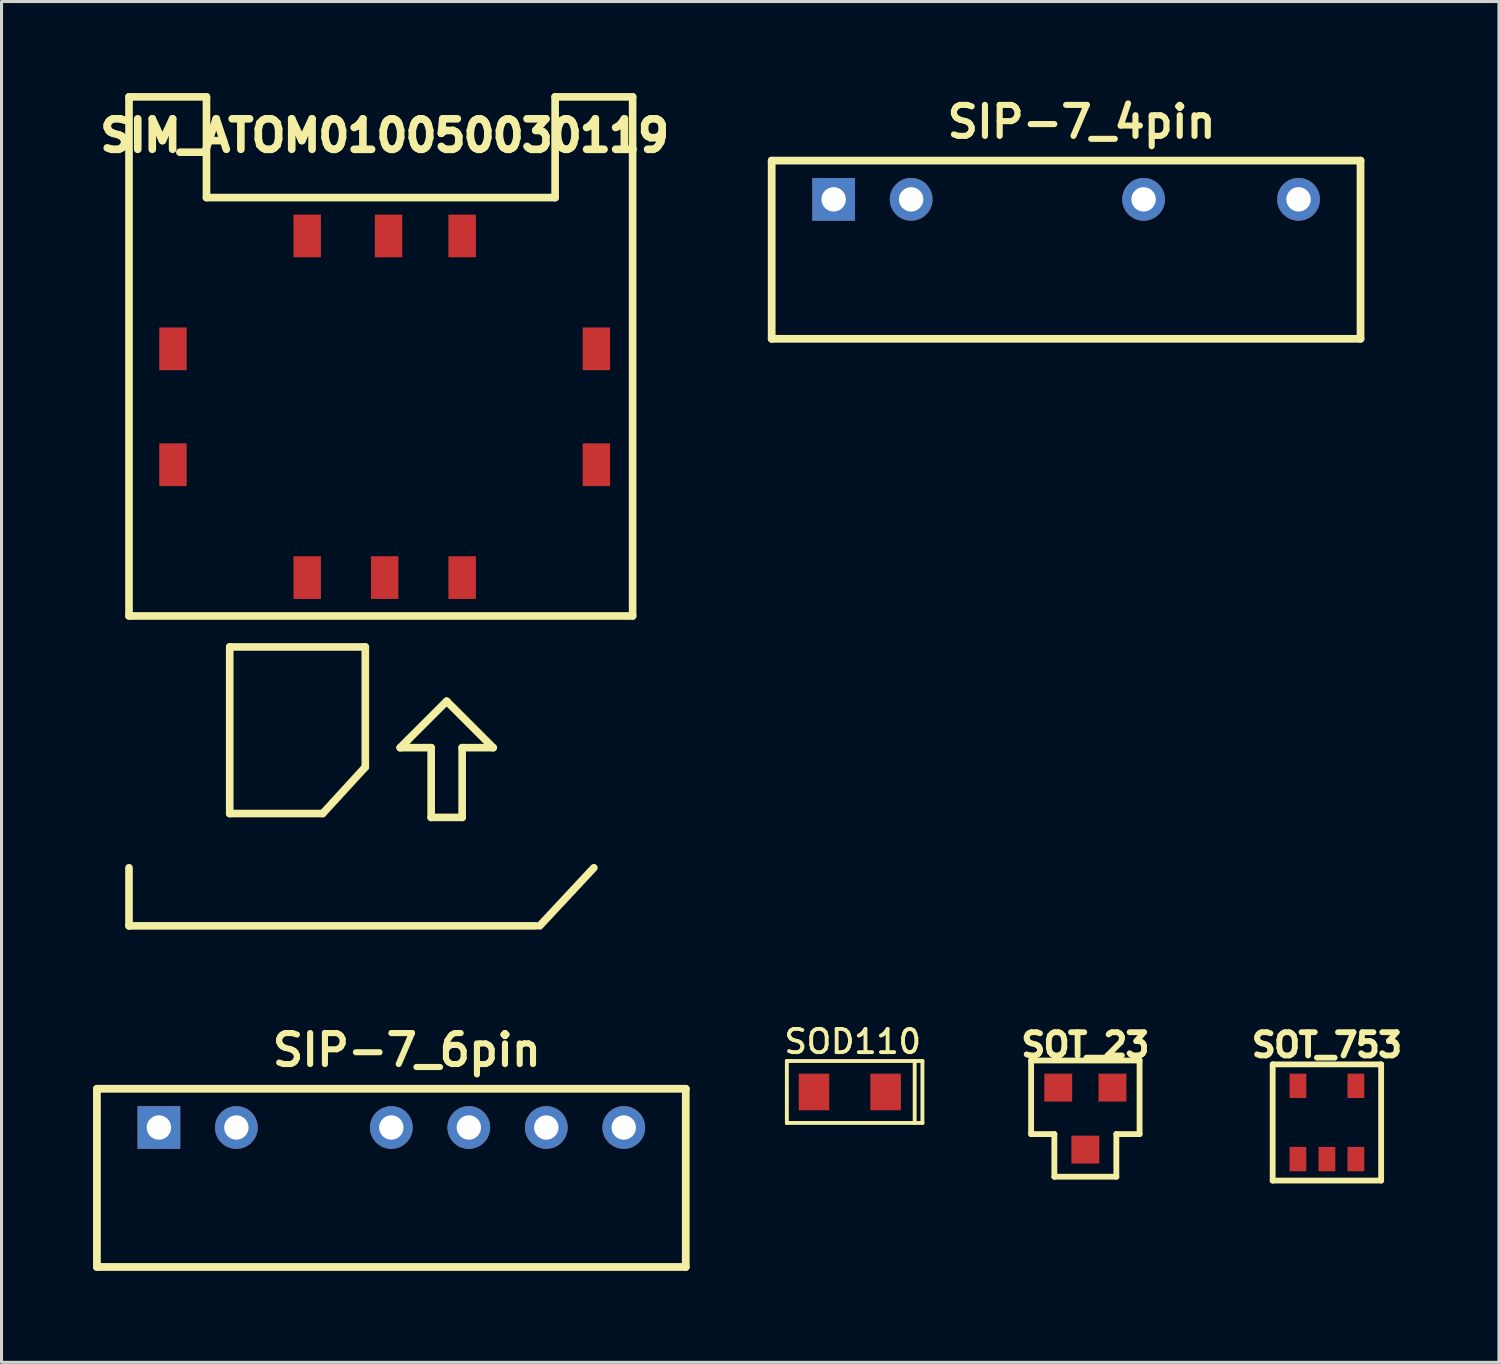
<source format=kicad_pcb>
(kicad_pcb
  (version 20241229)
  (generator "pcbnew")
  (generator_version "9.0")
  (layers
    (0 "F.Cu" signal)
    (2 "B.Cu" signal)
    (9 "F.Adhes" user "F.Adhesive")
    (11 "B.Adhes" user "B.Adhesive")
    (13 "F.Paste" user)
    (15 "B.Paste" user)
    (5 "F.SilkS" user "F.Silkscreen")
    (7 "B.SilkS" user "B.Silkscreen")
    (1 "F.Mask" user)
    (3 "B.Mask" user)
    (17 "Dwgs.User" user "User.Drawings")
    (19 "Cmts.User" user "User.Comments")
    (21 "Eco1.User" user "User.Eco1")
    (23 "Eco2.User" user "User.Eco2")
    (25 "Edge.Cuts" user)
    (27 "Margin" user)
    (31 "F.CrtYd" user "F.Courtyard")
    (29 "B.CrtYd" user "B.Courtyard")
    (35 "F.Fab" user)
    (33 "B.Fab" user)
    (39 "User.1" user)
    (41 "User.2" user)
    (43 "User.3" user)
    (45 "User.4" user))
  (footprint "SIP-7_4pin"
    (layer "F.Cu")
    (at 24.28 3.485)
    (property "Reference" "SIP-7_4pin" (at 8.128 -2.54 0) (layer "F.SilkS") (effects (font (size 1.016 1.016) (thickness 0.2) (bold yes))))
    (attr through_hole)
    (fp_line (start -2.032 -1.27) (end -2.032 4.572) (stroke (width 0.254) (type solid)) (layer "F.SilkS"))
    (fp_line (start -2.032 -1.27) (end 17.272 -1.27) (stroke (width 0.254) (type solid)) (layer "F.SilkS"))
    (fp_line (start -2.032 4.572) (end 17.272 4.572) (stroke (width 0.254) (type solid)) (layer "F.SilkS"))
    (fp_line (start 17.272 -1.27) (end 17.272 4.572) (stroke (width 0.254) (type solid)) (layer "F.SilkS"))
    (pad "1" thru_hole rect (at 0 0) (size 1.4 1.4) (drill oval 0.8) (layers "*.Cu" "*.Mask"))
    (pad "2" thru_hole circle (at 2.54 0) (size 1.4 1.4) (drill 0.8) (layers "*.Cu" "*.Mask"))
    (pad "5" thru_hole circle (at 10.16 0) (size 1.4 1.4) (drill 0.8) (layers "*.Cu" "*.Mask"))
    (pad "7" thru_hole circle (at 15.24 0) (size 1.4 1.4) (drill 0.8) (layers "*.Cu" "*.Mask")))
  (footprint "SOT_23"
    (layer "F.Cu")
    (at 32.531 33.621)
    (property "Reference" "SOT_23" (at 0 -2.413 0) (layer "F.SilkS") (effects (font (size 0.762 0.762) (thickness 0.191))))
    (attr smd)
    (fp_line (start -1.778 -1.905) (end 1.778 -1.905) (stroke (width 0.191) (type solid)) (layer "F.SilkS"))
    (fp_line (start -1.778 0.508) (end -1.778 -1.905) (stroke (width 0.191) (type solid)) (layer "F.SilkS"))
    (fp_line (start -1.778 0.508) (end -1.016 0.508) (stroke (width 0.191) (type solid)) (layer "F.SilkS"))
    (fp_line (start -1.016 0.508) (end -1.016 1.905) (stroke (width 0.191) (type solid)) (layer "F.SilkS"))
    (fp_line (start -1.016 1.905) (end 1.016 1.905) (stroke (width 0.191) (type solid)) (layer "F.SilkS"))
    (fp_line (start 1.016 0.508) (end 1.778 0.508) (stroke (width 0.191) (type solid)) (layer "F.SilkS"))
    (fp_line (start 1.016 1.905) (end 1.016 0.508) (stroke (width 0.191) (type solid)) (layer "F.SilkS"))
    (fp_line (start 1.778 0.508) (end 1.778 -1.905) (stroke (width 0.191) (type solid)) (layer "F.SilkS"))
    (pad "1" smd rect (at -0.889 -1.016) (size 0.914 0.914) (layers "F.Cu" "F.Mask" "F.Paste"))
    (pad "2" smd rect (at 0.889 -1.016) (size 0.914 0.914) (layers "F.Cu" "F.Mask" "F.Paste"))
    (pad "3" smd rect (at 0 1.016) (size 0.914 0.914) (layers "F.Cu" "F.Mask" "F.Paste")))
  (footprint "SIM_ATOM010050030119"
    (layer "F.Cu")
    (at 9.561 10.285)
    (property "Reference" "SIM_ATOM010050030119" (at 0 -8.89 0) (layer "F.SilkS") (effects (font (size 1 1) (thickness 0.25))))
    (attr through_hole)
    (fp_line (start -8.382 -10.16) (end -5.842 -10.16) (stroke (width 0.25) (type solid)) (layer "F.SilkS"))
    (fp_line (start -8.382 6.858) (end -8.382 -10.16) (stroke (width 0.25) (type solid)) (layer "F.SilkS"))
    (fp_line (start -8.382 6.858) (end 8.128 6.858) (stroke (width 0.25) (type solid)) (layer "F.SilkS"))
    (fp_line (start -8.382 17.018) (end -8.382 15.113) (stroke (width 0.25) (type solid)) (layer "F.SilkS"))
    (fp_line (start -5.842 -6.858) (end -5.842 -10.16) (stroke (width 0.25) (type solid)) (layer "F.SilkS"))
    (fp_line (start -5.842 -6.858) (end 5.588 -6.858) (stroke (width 0.25) (type solid)) (layer "F.SilkS"))
    (fp_line (start -5.08 7.874) (end -0.635 7.874) (stroke (width 0.25) (type solid)) (layer "F.SilkS"))
    (fp_line (start -5.08 13.335) (end -5.08 7.874) (stroke (width 0.25) (type solid)) (layer "F.SilkS"))
    (fp_line (start -2.032 13.335) (end -5.08 13.335) (stroke (width 0.25) (type solid)) (layer "F.SilkS"))
    (fp_line (start -0.635 7.874) (end -0.635 11.811) (stroke (width 0.25) (type solid)) (layer "F.SilkS"))
    (fp_line (start -0.635 11.811) (end -2.032 13.335) (stroke (width 0.25) (type solid)) (layer "F.SilkS"))
    (fp_line (start 0.508 11.176) (end 1.524 11.176) (stroke (width 0.25) (type solid)) (layer "F.SilkS"))
    (fp_line (start 0.762 10.922) (end 0.508 11.176) (stroke (width 0.25) (type solid)) (layer "F.SilkS"))
    (fp_line (start 1.524 11.176) (end 1.524 13.462) (stroke (width 0.25) (type solid)) (layer "F.SilkS"))
    (fp_line (start 1.524 13.462) (end 2.54 13.462) (stroke (width 0.25) (type solid)) (layer "F.SilkS"))
    (fp_line (start 2.032 9.652) (end 0.762 10.922) (stroke (width 0.25) (type solid)) (layer "F.SilkS"))
    (fp_line (start 2.54 11.176) (end 3.556 11.176) (stroke (width 0.25) (type solid)) (layer "F.SilkS"))
    (fp_line (start 2.54 13.462) (end 2.54 11.176) (stroke (width 0.25) (type solid)) (layer "F.SilkS"))
    (fp_line (start 3.556 11.176) (end 2.032 9.652) (stroke (width 0.25) (type solid)) (layer "F.SilkS"))
    (fp_line (start 4.953 17.018) (end -8.382 17.018) (stroke (width 0.25) (type solid)) (layer "F.SilkS"))
    (fp_line (start 5.08 17.018) (end 6.858 15.113) (stroke (width 0.25) (type solid)) (layer "F.SilkS"))
    (fp_line (start 5.588 -10.16) (end 8.128 -10.16) (stroke (width 0.25) (type solid)) (layer "F.SilkS"))
    (fp_line (start 5.588 -6.858) (end 5.588 -10.16) (stroke (width 0.25) (type solid)) (layer "F.SilkS"))
    (fp_line (start 8.128 6.858) (end 8.128 -10.16) (stroke (width 0.25) (type solid)) (layer "F.SilkS"))
    (pad "1" smd rect (at -2.54 5.6) (size 0.9 1.4) (layers "F.Cu" "F.Mask" "F.Paste"))
    (pad "2" smd rect (at 0 5.6) (size 0.9 1.4) (layers "F.Cu" "F.Mask" "F.Paste"))
    (pad "3" smd rect (at 2.54 5.6) (size 0.9 1.4) (layers "F.Cu" "F.Mask" "F.Paste"))
    (pad "4" smd rect (at -2.54 -5.6) (size 0.9 1.4) (layers "F.Cu" "F.Mask" "F.Paste"))
    (pad "5" smd rect (at 0.127 -5.6) (size 0.9 1.4) (layers "F.Cu" "F.Mask" "F.Paste"))
    (pad "5" smd rect (at 2.54 -5.6) (size 0.9 1.4) (layers "F.Cu" "F.Mask" "F.Paste"))
    (pad "9" smd rect (at -6.94 -1.9) (size 0.9 1.4) (layers "F.Cu" "F.Mask" "F.Paste"))
    (pad "9" smd rect (at -6.94 1.9) (size 0.9 1.4) (layers "F.Cu" "F.Mask" "F.Paste"))
    (pad "9" smd rect (at 6.94 -1.9) (size 0.9 1.4) (layers "F.Cu" "F.Mask" "F.Paste"))
    (pad "9" smd rect (at 6.94 1.9) (size 0.9 1.4) (layers "F.Cu" "F.Mask" "F.Paste")))
  (footprint "SOD110"
    (layer "F.Cu")
    (at 23.634 32.748)
    (property "Reference" "SOD110" (at 1.27 -1.651 0) (layer "F.SilkS") (effects (font (size 0.762 0.762) (thickness 0.127) (bold yes))))
    (attr through_hole)
    (fp_line (start -0.889 1.016) (end -0.889 -1.016) (stroke (width 0.127) (type solid)) (layer "F.SilkS"))
    (fp_line (start -0.889 1.016) (end 3.556 1.016) (stroke (width 0.127) (type solid)) (layer "F.SilkS"))
    (fp_line (start 3.302 -1.016) (end 3.302 1.016) (stroke (width 0.127) (type solid)) (layer "F.SilkS"))
    (fp_line (start 3.556 -1.016) (end -0.889 -1.016) (stroke (width 0.127) (type solid)) (layer "F.SilkS"))
    (fp_line (start 3.556 -1.016) (end 3.556 1.016) (stroke (width 0.127) (type solid)) (layer "F.SilkS"))
    (pad "1" smd rect (at 0 0) (size 1.001 1.199) (layers "F.Cu" "F.Mask" "F.Paste"))
    (pad "2" smd rect (at 2.349 0) (size 1.001 1.199) (layers "F.Cu" "F.Mask" "F.Paste")))
  (footprint "SOT_753"
    (layer "F.Cu")
    (at 40.45 33.748)
    (property "Reference" "SOT_753" (at 0 -2.54 0) (layer "F.SilkS") (effects (font (size 0.762 0.762) (thickness 0.191))))
    (attr smd)
    (fp_line (start -1.778 -1.905) (end 1.778 -1.905) (stroke (width 0.191) (type solid)) (layer "F.SilkS"))
    (fp_line (start -1.778 1.905) (end -1.778 -1.905) (stroke (width 0.191) (type solid)) (layer "F.SilkS"))
    (fp_line (start -1.778 1.905) (end 1.778 1.905) (stroke (width 0.191) (type solid)) (layer "F.SilkS"))
    (fp_line (start 1.778 1.905) (end 1.778 -1.905) (stroke (width 0.191) (type solid)) (layer "F.SilkS"))
    (pad "1" smd rect (at -0.95 1.2) (size 0.55 0.8) (layers "F.Cu" "F.Mask" "F.Paste"))
    (pad "2" smd rect (at 0 1.2) (size 0.55 0.8) (layers "F.Cu" "F.Mask" "F.Paste"))
    (pad "3" smd rect (at 0.95 1.2) (size 0.55 0.8) (layers "F.Cu" "F.Mask" "F.Paste"))
    (pad "4" smd rect (at 0.95 -1.2) (size 0.55 0.8) (layers "F.Cu" "F.Mask" "F.Paste"))
    (pad "5" smd rect (at -0.95 -1.2) (size 0.55 0.8) (layers "F.Cu" "F.Mask" "F.Paste")))
  (footprint "SIP-7_6pin"
    (layer "F.Cu")
    (at 2.159 33.913)
    (property "Reference" "SIP-7_6pin" (at 8.128 -2.54 0) (layer "F.SilkS") (effects (font (size 1.016 1.016) (thickness 0.2) (bold yes))))
    (attr through_hole)
    (fp_line (start -2.032 -1.27) (end -2.032 4.572) (stroke (width 0.254) (type solid)) (layer "F.SilkS"))
    (fp_line (start -2.032 -1.27) (end 17.272 -1.27) (stroke (width 0.254) (type solid)) (layer "F.SilkS"))
    (fp_line (start -2.032 4.572) (end 17.272 4.572) (stroke (width 0.254) (type solid)) (layer "F.SilkS"))
    (fp_line (start 17.272 -1.27) (end 17.272 4.572) (stroke (width 0.254) (type solid)) (layer "F.SilkS"))
    (pad "1" thru_hole rect (at 0 0) (size 1.4 1.4) (drill oval 0.8) (layers "*.Cu" "*.Mask"))
    (pad "2" thru_hole circle (at 2.54 0) (size 1.4 1.4) (drill 0.8) (layers "*.Cu" "*.Mask"))
    (pad "4" thru_hole circle (at 7.62 0) (size 1.4 1.4) (drill 0.8) (layers "*.Cu" "*.Mask"))
    (pad "5" thru_hole circle (at 10.16 0) (size 1.4 1.4) (drill 0.8) (layers "*.Cu" "*.Mask"))
    (pad "6" thru_hole circle (at 12.7 0) (size 1.4 1.4) (drill 0.8) (layers "*.Cu" "*.Mask"))
    (pad "7" thru_hole circle (at 15.24 0) (size 1.4 1.4) (drill 0.8) (layers "*.Cu" "*.Mask")))
  (gr_rect
    (start -3 -3)
    (end 46.09 41.612)
    (stroke (width 0.1) (type default))
    (fill no)
    (layer "Edge.Cuts")))
</source>
